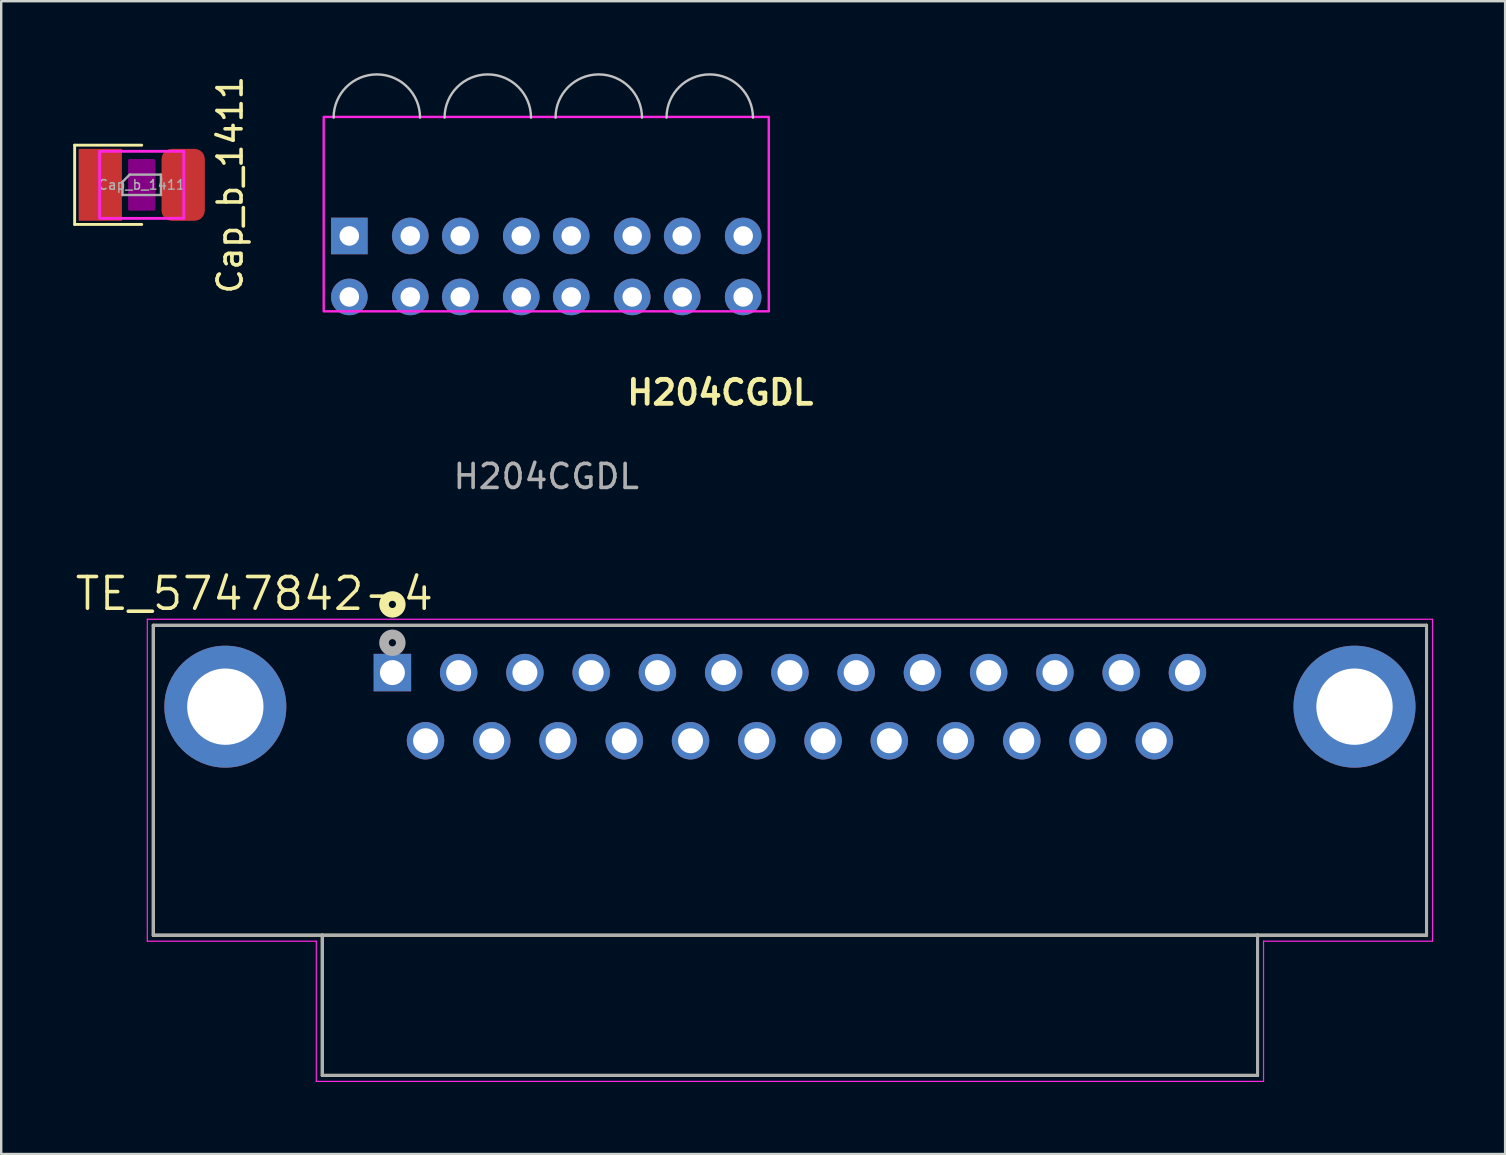
<source format=kicad_pcb>
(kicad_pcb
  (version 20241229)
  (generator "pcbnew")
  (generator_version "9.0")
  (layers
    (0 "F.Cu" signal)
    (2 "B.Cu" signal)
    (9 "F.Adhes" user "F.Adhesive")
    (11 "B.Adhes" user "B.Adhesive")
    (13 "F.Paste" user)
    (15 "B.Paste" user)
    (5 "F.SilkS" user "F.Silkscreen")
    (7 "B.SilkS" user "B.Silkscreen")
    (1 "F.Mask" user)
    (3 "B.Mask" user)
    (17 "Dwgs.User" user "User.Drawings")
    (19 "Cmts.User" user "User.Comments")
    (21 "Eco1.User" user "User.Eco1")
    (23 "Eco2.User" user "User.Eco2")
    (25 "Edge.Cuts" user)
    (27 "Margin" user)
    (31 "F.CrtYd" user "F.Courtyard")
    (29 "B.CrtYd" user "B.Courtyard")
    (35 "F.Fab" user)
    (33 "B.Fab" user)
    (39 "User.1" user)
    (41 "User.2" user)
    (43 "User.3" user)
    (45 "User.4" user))
  (footprint "Cap_b_1411"
    (layer "F.Cu")
    (at 2.854 4.649)
    (property "Reference" "Cap_b_1411" (at 3.683 0 90) (layer "F.SilkS") (effects (font (size 1 1) (thickness 0.15))))
    (attr smd)
    (fp_line (start -2.794 -1.651) (end -2.794 1.651) (stroke (width 0.12) (type solid)) (layer "F.SilkS"))
    (fp_line (start -2.794 1.651) (end 0 1.651) (stroke (width 0.12) (type solid)) (layer "F.SilkS"))
    (fp_line (start 0 -1.651) (end -2.794 -1.651) (stroke (width 0.12) (type solid)) (layer "F.SilkS"))
    (fp_rect (start -0.508 -1.016) (end 0.508 1.016) (stroke (width 0.12) (type solid)) (fill yes) (layer "F.Adhes"))
    (fp_rect (start -1.753 -1.397) (end 1.753 1.397) (stroke (width 0.12) (type solid)) (fill no) (layer "F.CrtYd"))
    (fp_line (start -0.8 -0.125) (end -0.8 0.425) (stroke (width 0.1) (type solid)) (layer "F.Fab"))
    (fp_line (start -0.8 0.425) (end 0.8 0.425) (stroke (width 0.1) (type solid)) (layer "F.Fab"))
    (fp_line (start -0.5 -0.425) (end -0.8 -0.125) (stroke (width 0.1) (type solid)) (layer "F.Fab"))
    (fp_line (start 0.8 -0.425) (end -0.5 -0.425) (stroke (width 0.1) (type solid)) (layer "F.Fab"))
    (fp_line (start 0.8 0.425) (end 0.8 -0.425) (stroke (width 0.1) (type solid)) (layer "F.Fab"))
    (fp_text user "${REFERENCE}" (at 0 0 0) (layer "F.Fab") (effects (font (size 0.4 0.4) (thickness 0.06))))
    (pad "1" smd rect (at -1.727 0) (size 1.803 2.997) (layers "F.Cu" "F.Mask" "F.Paste"))
    (pad "2" smd roundrect (at 1.727 0) (size 1.803 2.997) (layers "F.Cu" "F.Mask" "F.Paste") (roundrect_rratio 0.238)))
  (footprint "H204CGDL"
    (layer "F.Cu")
    (at 19.706 8.05)
    (property "Reference" "H204CGDL" (at 7.25 5.25 0) (unlocked yes) (layer "F.SilkS") (effects (font (size 1 1) (thickness 0.2) (bold yes))))
    (attr through_hole)
    (fp_arc (start -8.8578 -6.2) (mid -7.0578 -8) (end -5.2578 -6.2) (stroke (width 0.1) (type default)) (layer "Dwgs.User"))
    (fp_arc (start -4.235 -6.2) (mid -2.435 -8) (end -0.635 -6.2) (stroke (width 0.1) (type default)) (layer "Dwgs.User"))
    (fp_arc (start 0.3878 -6.2) (mid 2.1878 -8) (end 3.9878 -6.2) (stroke (width 0.1) (type default)) (layer "Dwgs.User"))
    (fp_arc (start 5.0106 -6.2) (mid 6.8106 -8) (end 8.6106 -6.2) (stroke (width 0.1) (type default)) (layer "Dwgs.User"))
    (fp_rect (start -9.271 -6.23) (end 9.271 1.87) (stroke (width 0.1) (type solid)) (fill no) (layer "F.CrtYd"))
    (fp_text user "${REFERENCE}" (at 0 8.75 0) (unlocked yes) (layer "F.Fab") (effects (font (size 1 1) (thickness 0.15))))
    (pad "1" thru_hole rect (at -8.204 -1.27) (size 1.524 1.524) (drill 0.813) (layers "*.Cu" "*.Mask"))
    (pad "2" thru_hole circle (at -5.664 -1.27) (size 1.524 1.524) (drill 0.813) (layers "*.Cu" "*.Mask"))
    (pad "3" thru_hole circle (at -8.204 1.27) (size 1.524 1.524) (drill 0.813) (layers "*.Cu" "*.Mask"))
    (pad "4" thru_hole circle (at -5.664 1.27) (size 1.524 1.524) (drill 0.813) (layers "*.Cu" "*.Mask"))
    (pad "5" thru_hole circle (at -3.581 -1.27) (size 1.524 1.524) (drill 0.813) (layers "*.Cu" "*.Mask"))
    (pad "6" thru_hole circle (at -1.041 -1.27) (size 1.524 1.524) (drill 0.813) (layers "*.Cu" "*.Mask"))
    (pad "7" thru_hole circle (at -3.581 1.27) (size 1.524 1.524) (drill 0.813) (layers "*.Cu" "*.Mask"))
    (pad "8" thru_hole circle (at -1.041 1.27) (size 1.524 1.524) (drill 0.813) (layers "*.Cu" "*.Mask"))
    (pad "9" thru_hole circle (at 1.041 -1.27 180) (size 1.524 1.524) (drill 0.813) (layers "*.Cu" "*.Mask"))
    (pad "10" thru_hole circle (at 3.581 -1.27 180) (size 1.524 1.524) (drill 0.813) (layers "*.Cu" "*.Mask"))
    (pad "11" thru_hole circle (at 1.041 1.27 180) (size 1.524 1.524) (drill 0.813) (layers "*.Cu" "*.Mask"))
    (pad "12" thru_hole circle (at 3.581 1.27 180) (size 1.524 1.524) (drill 0.813) (layers "*.Cu" "*.Mask"))
    (pad "13" thru_hole circle (at 5.664 -1.27 180) (size 1.524 1.524) (drill 0.813) (layers "*.Cu" "*.Mask"))
    (pad "14" thru_hole circle (at 8.204 -1.27 180) (size 1.524 1.524) (drill 0.813) (layers "*.Cu" "*.Mask"))
    (pad "15" thru_hole circle (at 5.664 1.27 180) (size 1.524 1.524) (drill 0.813) (layers "*.Cu" "*.Mask"))
    (pad "16" thru_hole circle (at 8.204 1.27 180) (size 1.524 1.524) (drill 0.813) (layers "*.Cu" "*.Mask")))
  (footprint "TE_5747842-4"
    (layer "F.Cu")
    (at 13.297 24.969)
    (property "Reference" "TE_5747842-4" (at -5.752 -3.285 0) (layer "F.SilkS") (effects (font (size 1.321 1.321) (thickness 0.15))))
    (attr through_hole)
    (fp_line (start -9.96 -1.97) (end -9.96 10.94) (stroke (width 0.127) (type solid)) (layer "F.SilkS"))
    (fp_line (start -9.96 10.94) (end -2.92 10.94) (stroke (width 0.127) (type solid)) (layer "F.SilkS"))
    (fp_line (start -2.92 10.94) (end -2.92 16.78) (stroke (width 0.127) (type solid)) (layer "F.SilkS"))
    (fp_line (start -2.92 10.94) (end 36.04 10.94) (stroke (width 0.127) (type solid)) (layer "F.SilkS"))
    (fp_line (start -2.92 16.78) (end 36.04 16.78) (stroke (width 0.127) (type solid)) (layer "F.SilkS"))
    (fp_line (start 36.04 10.94) (end 43.08 10.94) (stroke (width 0.127) (type solid)) (layer "F.SilkS"))
    (fp_line (start 36.04 16.78) (end 36.04 10.94) (stroke (width 0.127) (type solid)) (layer "F.SilkS"))
    (fp_line (start 43.08 -1.97) (end -9.96 -1.97) (stroke (width 0.127) (type solid)) (layer "F.SilkS"))
    (fp_line (start 43.08 10.94) (end 43.08 -1.97) (stroke (width 0.127) (type solid)) (layer "F.SilkS"))
    (fp_circle (center 0 -2.84) (end 0.15 -2.84) (stroke (width 0.4) (type solid)) (fill no) (layer "F.SilkS"))
    (fp_line (start -10.21 -2.22) (end 43.33 -2.22) (stroke (width 0.05) (type solid)) (layer "F.CrtYd"))
    (fp_line (start -10.21 11.19) (end -10.21 -2.22) (stroke (width 0.05) (type solid)) (layer "F.CrtYd"))
    (fp_line (start -3.17 11.19) (end -10.21 11.19) (stroke (width 0.05) (type solid)) (layer "F.CrtYd"))
    (fp_line (start -3.17 17.03) (end -3.17 11.19) (stroke (width 0.05) (type solid)) (layer "F.CrtYd"))
    (fp_line (start 36.29 11.19) (end 36.29 17.03) (stroke (width 0.05) (type solid)) (layer "F.CrtYd"))
    (fp_line (start 36.29 17.03) (end -3.17 17.03) (stroke (width 0.05) (type solid)) (layer "F.CrtYd"))
    (fp_line (start 43.33 -2.22) (end 43.33 11.19) (stroke (width 0.05) (type solid)) (layer "F.CrtYd"))
    (fp_line (start 43.33 11.19) (end 36.29 11.19) (stroke (width 0.05) (type solid)) (layer "F.CrtYd"))
    (fp_line (start -9.96 -1.97) (end -9.96 10.94) (stroke (width 0.127) (type solid)) (layer "F.Fab"))
    (fp_line (start -9.96 10.94) (end -2.92 10.94) (stroke (width 0.127) (type solid)) (layer "F.Fab"))
    (fp_line (start -2.92 10.94) (end -2.92 16.78) (stroke (width 0.127) (type solid)) (layer "F.Fab"))
    (fp_line (start -2.92 10.94) (end 36.04 10.94) (stroke (width 0.127) (type solid)) (layer "F.Fab"))
    (fp_line (start -2.92 16.78) (end 36.04 16.78) (stroke (width 0.127) (type solid)) (layer "F.Fab"))
    (fp_line (start 36.04 10.94) (end 43.08 10.94) (stroke (width 0.127) (type solid)) (layer "F.Fab"))
    (fp_line (start 36.04 16.78) (end 36.04 10.94) (stroke (width 0.127) (type solid)) (layer "F.Fab"))
    (fp_line (start 43.08 -1.97) (end -9.96 -1.97) (stroke (width 0.127) (type solid)) (layer "F.Fab"))
    (fp_line (start 43.08 10.94) (end 43.08 -1.97) (stroke (width 0.127) (type solid)) (layer "F.Fab"))
    (fp_circle (center 0 -1.243) (end 0.15 -1.243) (stroke (width 0.4) (type solid)) (fill no) (layer "F.Fab"))
    (pad "0" thru_hole circle (at -6.96 1.42) (size 5.08 5.08) (drill 3.18) (layers "*.Cu" "*.Mask"))
    (pad "0" thru_hole circle (at 40.08 1.42) (size 5.08 5.08) (drill 3.18) (layers "*.Cu" "*.Mask"))
    (pad "1" thru_hole rect (at 0 0) (size 1.56 1.56) (drill 1.04) (layers "*.Cu" "*.Mask"))
    (pad "2" thru_hole circle (at 2.76 0) (size 1.56 1.56) (drill 1.04) (layers "*.Cu" "*.Mask"))
    (pad "3" thru_hole circle (at 5.52 0) (size 1.56 1.56) (drill 1.04) (layers "*.Cu" "*.Mask"))
    (pad "4" thru_hole circle (at 8.28 0) (size 1.56 1.56) (drill 1.04) (layers "*.Cu" "*.Mask"))
    (pad "5" thru_hole circle (at 11.04 0) (size 1.56 1.56) (drill 1.04) (layers "*.Cu" "*.Mask"))
    (pad "6" thru_hole circle (at 13.8 0) (size 1.56 1.56) (drill 1.04) (layers "*.Cu" "*.Mask"))
    (pad "7" thru_hole circle (at 16.56 0) (size 1.56 1.56) (drill 1.04) (layers "*.Cu" "*.Mask"))
    (pad "8" thru_hole circle (at 19.32 0) (size 1.56 1.56) (drill 1.04) (layers "*.Cu" "*.Mask"))
    (pad "9" thru_hole circle (at 22.08 0) (size 1.56 1.56) (drill 1.04) (layers "*.Cu" "*.Mask"))
    (pad "10" thru_hole circle (at 24.84 0) (size 1.56 1.56) (drill 1.04) (layers "*.Cu" "*.Mask"))
    (pad "11" thru_hole circle (at 27.6 0) (size 1.56 1.56) (drill 1.04) (layers "*.Cu" "*.Mask"))
    (pad "12" thru_hole circle (at 30.36 0) (size 1.56 1.56) (drill 1.04) (layers "*.Cu" "*.Mask"))
    (pad "13" thru_hole circle (at 33.12 0) (size 1.56 1.56) (drill 1.04) (layers "*.Cu" "*.Mask"))
    (pad "14" thru_hole circle (at 1.38 2.84) (size 1.56 1.56) (drill 1.04) (layers "*.Cu" "*.Mask"))
    (pad "15" thru_hole circle (at 4.14 2.84) (size 1.56 1.56) (drill 1.04) (layers "*.Cu" "*.Mask"))
    (pad "16" thru_hole circle (at 6.9 2.84) (size 1.56 1.56) (drill 1.04) (layers "*.Cu" "*.Mask"))
    (pad "17" thru_hole circle (at 9.66 2.84) (size 1.56 1.56) (drill 1.04) (layers "*.Cu" "*.Mask"))
    (pad "18" thru_hole circle (at 12.42 2.84) (size 1.56 1.56) (drill 1.04) (layers "*.Cu" "*.Mask"))
    (pad "19" thru_hole circle (at 15.18 2.84) (size 1.56 1.56) (drill 1.04) (layers "*.Cu" "*.Mask"))
    (pad "20" thru_hole circle (at 17.94 2.84) (size 1.56 1.56) (drill 1.04) (layers "*.Cu" "*.Mask"))
    (pad "21" thru_hole circle (at 20.7 2.84) (size 1.56 1.56) (drill 1.04) (layers "*.Cu" "*.Mask"))
    (pad "22" thru_hole circle (at 23.46 2.84) (size 1.56 1.56) (drill 1.04) (layers "*.Cu" "*.Mask"))
    (pad "23" thru_hole circle (at 26.22 2.84) (size 1.56 1.56) (drill 1.04) (layers "*.Cu" "*.Mask"))
    (pad "24" thru_hole circle (at 28.98 2.84) (size 1.56 1.56) (drill 1.04) (layers "*.Cu" "*.Mask"))
    (pad "25" thru_hole circle (at 31.74 2.84) (size 1.56 1.56) (drill 1.04) (layers "*.Cu" "*.Mask")))
  (gr_rect
    (start -3 -3)
    (end 59.652 45.024)
    (stroke (width 0.1) (type default))
    (fill no)
    (layer "Edge.Cuts")))
</source>
